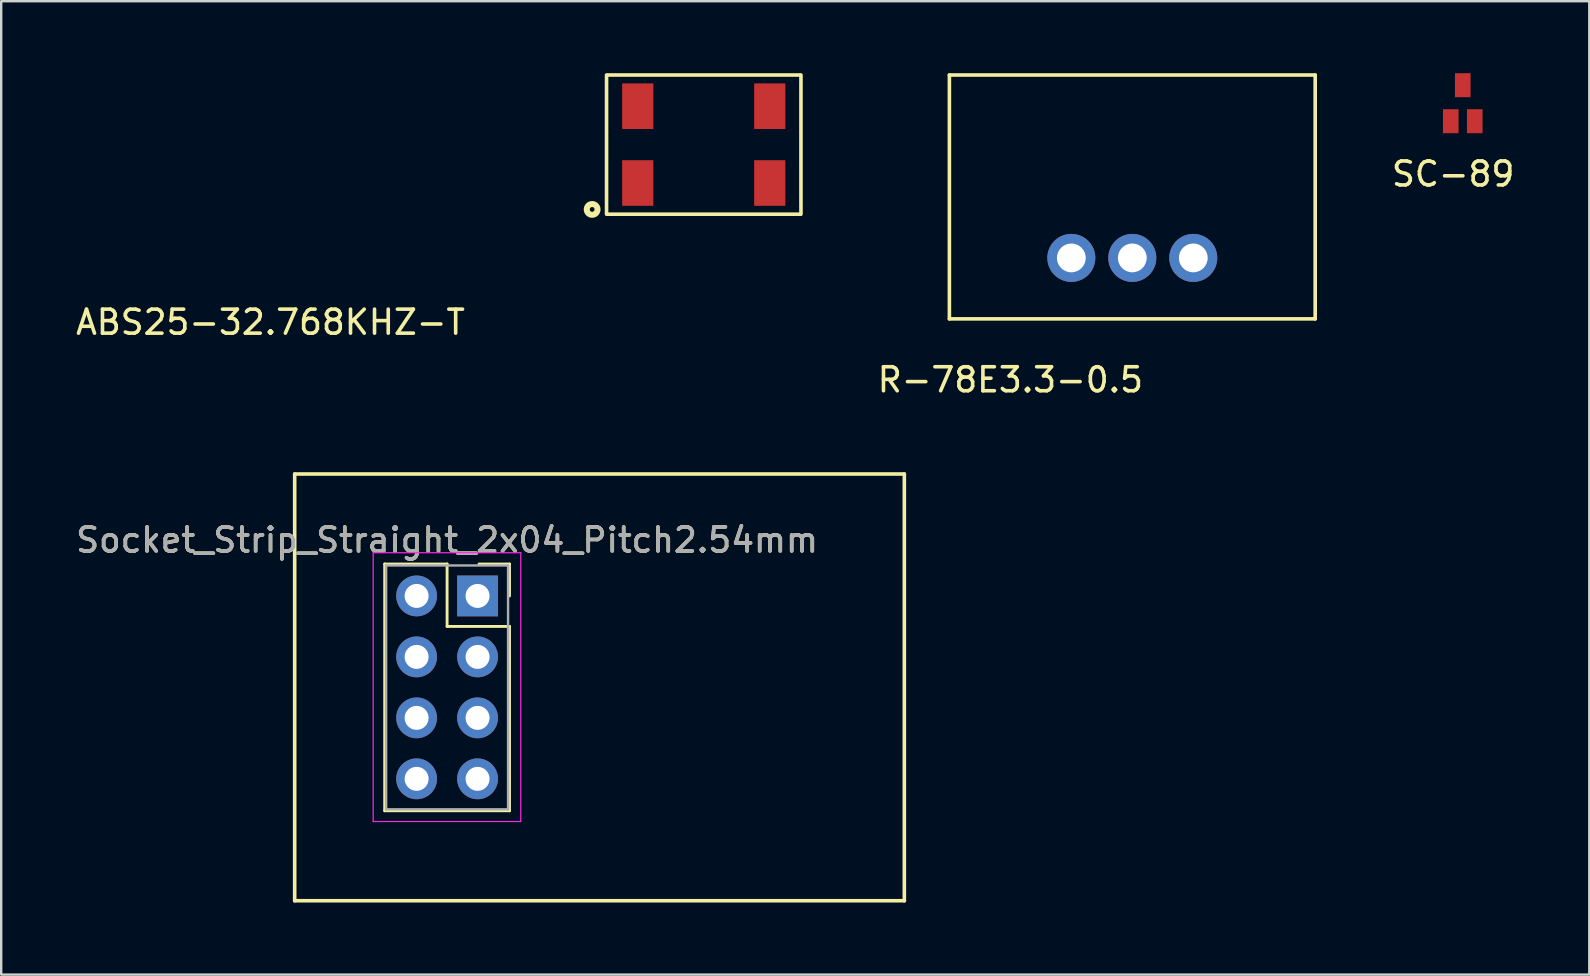
<source format=kicad_pcb>
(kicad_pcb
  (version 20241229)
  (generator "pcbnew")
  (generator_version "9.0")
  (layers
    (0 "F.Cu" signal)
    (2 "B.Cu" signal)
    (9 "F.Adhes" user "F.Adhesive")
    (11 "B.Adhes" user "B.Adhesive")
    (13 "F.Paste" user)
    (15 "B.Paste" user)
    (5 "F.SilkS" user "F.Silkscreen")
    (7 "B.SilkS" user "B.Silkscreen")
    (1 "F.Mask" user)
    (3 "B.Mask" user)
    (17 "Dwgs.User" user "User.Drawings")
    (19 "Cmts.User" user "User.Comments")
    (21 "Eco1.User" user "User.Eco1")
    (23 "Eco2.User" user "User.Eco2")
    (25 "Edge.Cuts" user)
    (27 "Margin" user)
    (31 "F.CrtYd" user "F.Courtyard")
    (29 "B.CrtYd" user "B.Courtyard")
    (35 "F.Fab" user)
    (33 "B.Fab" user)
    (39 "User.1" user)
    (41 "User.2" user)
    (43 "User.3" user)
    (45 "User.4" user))
  (footprint "SC-89"
    (layer "F.Cu")
    (at 57.392 2)
    (property "Reference" "SC-89" (at 0.1 2.2 0) (layer "F.SilkS") (effects (font (size 1 1) (thickness 0.15))))
    (attr through_hole)
    (pad "1" smd rect (at 0 0) (size 0.65 1) (layers "F.Cu" "F.Mask" "F.Paste"))
    (pad "2" smd rect (at 1 0) (size 0.65 1) (layers "F.Cu" "F.Mask" "F.Paste"))
    (pad "3" smd rect (at 0.5 -1.5) (size 0.65 1) (layers "F.Cu" "F.Mask" "F.Paste")))
  (footprint "R-78E3.3-0.5"
    (layer "F.Cu")
    (at 41.584 7.695)
    (property "Reference" "R-78E3.3-0.5" (at -2.54 5.08 0) (layer "F.SilkS") (effects (font (size 1 1) (thickness 0.15))))
    (attr through_hole)
    (fp_line (start -5.08 -7.62) (end -5.08 2.54) (stroke (width 0.15) (type solid)) (layer "F.SilkS"))
    (fp_line (start -5.08 2.54) (end 10.16 2.54) (stroke (width 0.15) (type solid)) (layer "F.SilkS"))
    (fp_line (start 10.16 -7.62) (end -5.08 -7.62) (stroke (width 0.15) (type solid)) (layer "F.SilkS"))
    (fp_line (start 10.16 2.54) (end 10.16 -7.62) (stroke (width 0.15) (type solid)) (layer "F.SilkS"))
    (pad "1" thru_hole circle (at 0 0) (size 2 2) (drill 1.2) (layers "*.Cu" "*.Mask"))
    (pad "2" thru_hole circle (at 2.54 0) (size 2 2) (drill 1.2) (layers "*.Cu" "*.Mask"))
    (pad "3" thru_hole circle (at 5.08 0) (size 2 2) (drill 1.2) (layers "*.Cu" "*.Mask")))
  (footprint "ABS25-32.768KHZ-T"
    (layer "F.Cu")
    (at 23.52 4.575)
    (property "Reference" "ABS25-32.768KHZ-T" (at -15.3 5.8 0) (layer "F.SilkS") (effects (font (size 1 1) (thickness 0.15))))
    (attr through_hole)
    (fp_line (start -1.3 -4.5) (end -1.3 1.3) (stroke (width 0.15) (type solid)) (layer "F.SilkS"))
    (fp_line (start -1.25 -4.5) (end 6.75 -4.5) (stroke (width 0.15) (type solid)) (layer "F.SilkS"))
    (fp_line (start -1.25 1.3) (end 6.75 1.3) (stroke (width 0.15) (type solid)) (layer "F.SilkS"))
    (fp_line (start 6.8 -4.5) (end 6.8 1.3) (stroke (width 0.15) (type solid)) (layer "F.SilkS"))
    (fp_circle (center -1.9 1.1) (end -1.9 1.2) (stroke (width 0.25) (type solid)) (fill no) (layer "F.SilkS"))
    (pad "1" smd rect (at 0 0) (size 1.3 1.9) (layers "F.Cu" "F.Mask" "F.Paste"))
    (pad "2" smd rect (at 0 -3.2) (size 1.3 1.9) (layers "F.Cu" "F.Mask" "F.Paste"))
    (pad "NC" smd rect (at 5.5 -3.2) (size 1.3 1.9) (layers "F.Cu" "F.Mask" "F.Paste"))
    (pad "NC" smd rect (at 5.5 0) (size 1.3 1.9) (layers "F.Cu" "F.Mask" "F.Paste")))
  (footprint "Socket_Strip_Straight_2x04_Pitch2.54mm"
    (layer "F.Cu")
    (at 16.847 21.778)
    (property "Reference" "Socket_Strip_Straight_2x04_Pitch2.54mm" (at -1.27 -2.33 0) (layer "F.SilkS") (effects (font (size 1 1) (thickness 0.15))))
    (attr through_hole)
    (fp_line (start -7.62 -5.08) (end 17.78 -5.08) (stroke (width 0.15) (type solid)) (layer "F.SilkS"))
    (fp_line (start -7.62 12.7) (end -7.62 -5.08) (stroke (width 0.15) (type solid)) (layer "F.SilkS"))
    (fp_line (start -3.87 -1.33) (end -1.27 -1.33) (stroke (width 0.12) (type solid)) (layer "F.SilkS"))
    (fp_line (start -3.87 8.95) (end -3.87 -1.33) (stroke (width 0.12) (type solid)) (layer "F.SilkS"))
    (fp_line (start -1.27 -1.33) (end -1.27 1.27) (stroke (width 0.12) (type solid)) (layer "F.SilkS"))
    (fp_line (start -1.27 1.27) (end 1.33 1.27) (stroke (width 0.12) (type solid)) (layer "F.SilkS"))
    (fp_line (start 1.33 -1.33) (end 0.06 -1.33) (stroke (width 0.12) (type solid)) (layer "F.SilkS"))
    (fp_line (start 1.33 0) (end 1.33 -1.33) (stroke (width 0.12) (type solid)) (layer "F.SilkS"))
    (fp_line (start 1.33 1.27) (end 1.33 8.95) (stroke (width 0.12) (type solid)) (layer "F.SilkS"))
    (fp_line (start 1.33 8.95) (end -3.87 8.95) (stroke (width 0.12) (type solid)) (layer "F.SilkS"))
    (fp_line (start 17.78 -5.08) (end 17.78 12.7) (stroke (width 0.15) (type solid)) (layer "F.SilkS"))
    (fp_line (start 17.78 12.7) (end -7.62 12.7) (stroke (width 0.15) (type solid)) (layer "F.SilkS"))
    (fp_line (start -4.35 -1.8) (end -4.35 9.4) (stroke (width 0.05) (type solid)) (layer "F.CrtYd"))
    (fp_line (start -4.35 9.4) (end 1.8 9.4) (stroke (width 0.05) (type solid)) (layer "F.CrtYd"))
    (fp_line (start 1.8 -1.8) (end -4.35 -1.8) (stroke (width 0.05) (type solid)) (layer "F.CrtYd"))
    (fp_line (start 1.8 9.4) (end 1.8 -1.8) (stroke (width 0.05) (type solid)) (layer "F.CrtYd"))
    (fp_line (start -3.81 -1.27) (end -3.81 8.89) (stroke (width 0.1) (type solid)) (layer "F.Fab"))
    (fp_line (start -3.81 8.89) (end 1.27 8.89) (stroke (width 0.1) (type solid)) (layer "F.Fab"))
    (fp_line (start 1.27 -1.27) (end -3.81 -1.27) (stroke (width 0.1) (type solid)) (layer "F.Fab"))
    (fp_line (start 1.27 8.89) (end 1.27 -1.27) (stroke (width 0.1) (type solid)) (layer "F.Fab"))
    (fp_text user "${REFERENCE}" (at -1.27 -2.33 0) (layer "F.Fab") (effects (font (size 1 1) (thickness 0.15))))
    (pad "1" thru_hole rect (at 0 0) (size 1.7 1.7) (drill 1) (layers "*.Cu" "*.Mask"))
    (pad "2" thru_hole oval (at -2.54 0) (size 1.7 1.7) (drill 1) (layers "*.Cu" "*.Mask"))
    (pad "3" thru_hole oval (at 0 2.54) (size 1.7 1.7) (drill 1) (layers "*.Cu" "*.Mask"))
    (pad "4" thru_hole oval (at -2.54 2.54) (size 1.7 1.7) (drill 1) (layers "*.Cu" "*.Mask"))
    (pad "5" thru_hole oval (at 0 5.08) (size 1.7 1.7) (drill 1) (layers "*.Cu" "*.Mask"))
    (pad "6" thru_hole oval (at -2.54 5.08) (size 1.7 1.7) (drill 1) (layers "*.Cu" "*.Mask"))
    (pad "7" thru_hole oval (at 0 7.62) (size 1.7 1.7) (drill 1) (layers "*.Cu" "*.Mask"))
    (pad "8" thru_hole oval (at -2.54 7.62) (size 1.7 1.7) (drill 1) (layers "*.Cu" "*.Mask")))
  (gr_rect
    (start -3 -3)
    (end 63.164 37.553)
    (stroke (width 0.1) (type default))
    (fill no)
    (layer "Edge.Cuts")))
</source>
